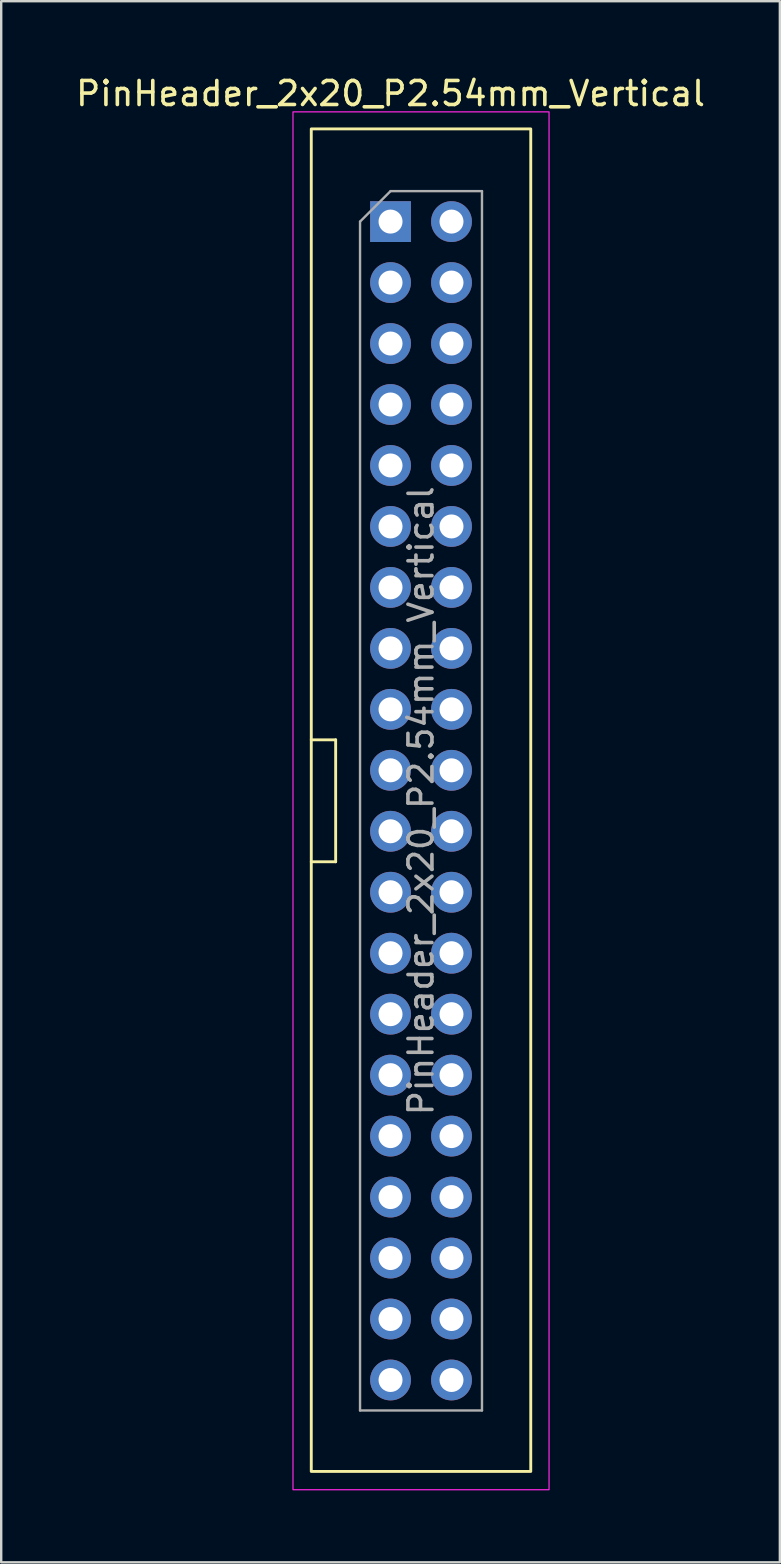
<source format=kicad_pcb>
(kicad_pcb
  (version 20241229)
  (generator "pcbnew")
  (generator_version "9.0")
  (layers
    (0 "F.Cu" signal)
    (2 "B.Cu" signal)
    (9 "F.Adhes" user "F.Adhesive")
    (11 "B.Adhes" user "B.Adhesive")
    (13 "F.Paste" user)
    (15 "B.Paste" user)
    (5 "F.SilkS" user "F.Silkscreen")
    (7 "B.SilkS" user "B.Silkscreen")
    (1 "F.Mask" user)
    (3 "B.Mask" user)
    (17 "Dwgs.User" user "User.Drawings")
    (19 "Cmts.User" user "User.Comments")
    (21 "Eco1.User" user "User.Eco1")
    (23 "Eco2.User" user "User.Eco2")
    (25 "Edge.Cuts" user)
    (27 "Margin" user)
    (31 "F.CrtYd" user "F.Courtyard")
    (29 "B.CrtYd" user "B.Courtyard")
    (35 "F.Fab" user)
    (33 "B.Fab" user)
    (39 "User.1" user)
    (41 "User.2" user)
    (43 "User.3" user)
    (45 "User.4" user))
  (footprint "PinHeader_2x20_P2.54mm_Vertical"
    (layer "F.Cu")
    (at 13.22 6.182)
    (property "Reference" "PinHeader_2x20_P2.54mm_Vertical" (at 0 -5.334 0) (layer "F.SilkS") (effects (font (size 1 1) (thickness 0.15))))
    (attr through_hole)
    (fp_line (start -3.302 21.59) (end -2.286 21.59) (stroke (width 0.12) (type solid)) (layer "F.SilkS"))
    (fp_line (start -2.286 21.59) (end -2.286 26.67) (stroke (width 0.12) (type solid)) (layer "F.SilkS"))
    (fp_line (start -2.286 26.67) (end -3.302 26.67) (stroke (width 0.12) (type solid)) (layer "F.SilkS"))
    (fp_rect (start -3.302 -3.861) (end 5.842 52.07) (stroke (width 0.12) (type solid)) (fill no) (layer "F.SilkS"))
    (fp_rect (start -4.064 -4.572) (end 6.604 52.832) (stroke (width 0.05) (type solid)) (fill no) (layer "F.CrtYd"))
    (fp_line (start -1.27 0) (end 0 -1.27) (stroke (width 0.1) (type solid)) (layer "F.Fab"))
    (fp_line (start -1.27 49.53) (end -1.27 0) (stroke (width 0.1) (type solid)) (layer "F.Fab"))
    (fp_line (start 0 -1.27) (end 3.81 -1.27) (stroke (width 0.1) (type solid)) (layer "F.Fab"))
    (fp_line (start 3.81 -1.27) (end 3.81 49.53) (stroke (width 0.1) (type solid)) (layer "F.Fab"))
    (fp_line (start 3.81 49.53) (end -1.27 49.53) (stroke (width 0.1) (type solid)) (layer "F.Fab"))
    (fp_text user "${REFERENCE}" (at 1.27 24.13 90) (layer "F.Fab") (effects (font (size 1 1) (thickness 0.15))))
    (pad "1" thru_hole rect (at 0 0) (size 1.7 1.7) (drill 1) (layers "*.Cu" "*.Mask"))
    (pad "2" thru_hole oval (at 2.54 0) (size 1.7 1.7) (drill 1) (layers "*.Cu" "*.Mask"))
    (pad "3" thru_hole oval (at 0 2.54) (size 1.7 1.7) (drill 1) (layers "*.Cu" "*.Mask"))
    (pad "4" thru_hole oval (at 2.54 2.54) (size 1.7 1.7) (drill 1) (layers "*.Cu" "*.Mask"))
    (pad "5" thru_hole oval (at 0 5.08) (size 1.7 1.7) (drill 1) (layers "*.Cu" "*.Mask"))
    (pad "6" thru_hole oval (at 2.54 5.08) (size 1.7 1.7) (drill 1) (layers "*.Cu" "*.Mask"))
    (pad "7" thru_hole oval (at 0 7.62) (size 1.7 1.7) (drill 1) (layers "*.Cu" "*.Mask"))
    (pad "8" thru_hole oval (at 2.54 7.62) (size 1.7 1.7) (drill 1) (layers "*.Cu" "*.Mask"))
    (pad "9" thru_hole oval (at 0 10.16) (size 1.7 1.7) (drill 1) (layers "*.Cu" "*.Mask"))
    (pad "10" thru_hole oval (at 2.54 10.16) (size 1.7 1.7) (drill 1) (layers "*.Cu" "*.Mask"))
    (pad "11" thru_hole oval (at 0 12.7) (size 1.7 1.7) (drill 1) (layers "*.Cu" "*.Mask"))
    (pad "12" thru_hole oval (at 2.54 12.7) (size 1.7 1.7) (drill 1) (layers "*.Cu" "*.Mask"))
    (pad "13" thru_hole oval (at 0 15.24) (size 1.7 1.7) (drill 1) (layers "*.Cu" "*.Mask"))
    (pad "14" thru_hole oval (at 2.54 15.24) (size 1.7 1.7) (drill 1) (layers "*.Cu" "*.Mask"))
    (pad "15" thru_hole oval (at 0 17.78) (size 1.7 1.7) (drill 1) (layers "*.Cu" "*.Mask"))
    (pad "16" thru_hole oval (at 2.54 17.78) (size 1.7 1.7) (drill 1) (layers "*.Cu" "*.Mask"))
    (pad "17" thru_hole oval (at 0 20.32) (size 1.7 1.7) (drill 1) (layers "*.Cu" "*.Mask"))
    (pad "18" thru_hole oval (at 2.54 20.32) (size 1.7 1.7) (drill 1) (layers "*.Cu" "*.Mask"))
    (pad "19" thru_hole oval (at 0 22.86) (size 1.7 1.7) (drill 1) (layers "*.Cu" "*.Mask"))
    (pad "20" thru_hole oval (at 2.54 22.86) (size 1.7 1.7) (drill 1) (layers "*.Cu" "*.Mask"))
    (pad "21" thru_hole oval (at 0 25.4) (size 1.7 1.7) (drill 1) (layers "*.Cu" "*.Mask"))
    (pad "22" thru_hole oval (at 2.54 25.4) (size 1.7 1.7) (drill 1) (layers "*.Cu" "*.Mask"))
    (pad "23" thru_hole oval (at 0 27.94) (size 1.7 1.7) (drill 1) (layers "*.Cu" "*.Mask"))
    (pad "24" thru_hole oval (at 2.54 27.94) (size 1.7 1.7) (drill 1) (layers "*.Cu" "*.Mask"))
    (pad "25" thru_hole oval (at 0 30.48) (size 1.7 1.7) (drill 1) (layers "*.Cu" "*.Mask"))
    (pad "26" thru_hole oval (at 2.54 30.48) (size 1.7 1.7) (drill 1) (layers "*.Cu" "*.Mask"))
    (pad "27" thru_hole oval (at 0 33.02) (size 1.7 1.7) (drill 1) (layers "*.Cu" "*.Mask"))
    (pad "28" thru_hole oval (at 2.54 33.02) (size 1.7 1.7) (drill 1) (layers "*.Cu" "*.Mask"))
    (pad "29" thru_hole oval (at 0 35.56) (size 1.7 1.7) (drill 1) (layers "*.Cu" "*.Mask"))
    (pad "30" thru_hole oval (at 2.54 35.56) (size 1.7 1.7) (drill 1) (layers "*.Cu" "*.Mask"))
    (pad "31" thru_hole oval (at 0 38.1) (size 1.7 1.7) (drill 1) (layers "*.Cu" "*.Mask"))
    (pad "32" thru_hole oval (at 2.54 38.1) (size 1.7 1.7) (drill 1) (layers "*.Cu" "*.Mask"))
    (pad "33" thru_hole oval (at 0 40.64) (size 1.7 1.7) (drill 1) (layers "*.Cu" "*.Mask"))
    (pad "34" thru_hole oval (at 2.54 40.64) (size 1.7 1.7) (drill 1) (layers "*.Cu" "*.Mask"))
    (pad "35" thru_hole oval (at 0 43.18) (size 1.7 1.7) (drill 1) (layers "*.Cu" "*.Mask"))
    (pad "36" thru_hole oval (at 2.54 43.18) (size 1.7 1.7) (drill 1) (layers "*.Cu" "*.Mask"))
    (pad "37" thru_hole oval (at 0 45.72) (size 1.7 1.7) (drill 1) (layers "*.Cu" "*.Mask"))
    (pad "38" thru_hole oval (at 2.54 45.72) (size 1.7 1.7) (drill 1) (layers "*.Cu" "*.Mask"))
    (pad "39" thru_hole oval (at 0 48.26) (size 1.7 1.7) (drill 1) (layers "*.Cu" "*.Mask"))
    (pad "40" thru_hole oval (at 2.54 48.26) (size 1.7 1.7) (drill 1) (layers "*.Cu" "*.Mask")))
  (gr_rect
    (start -3 -3)
    (end 29.44 62.039)
    (stroke (width 0.1) (type default))
    (fill no)
    (layer "Edge.Cuts")))
</source>
